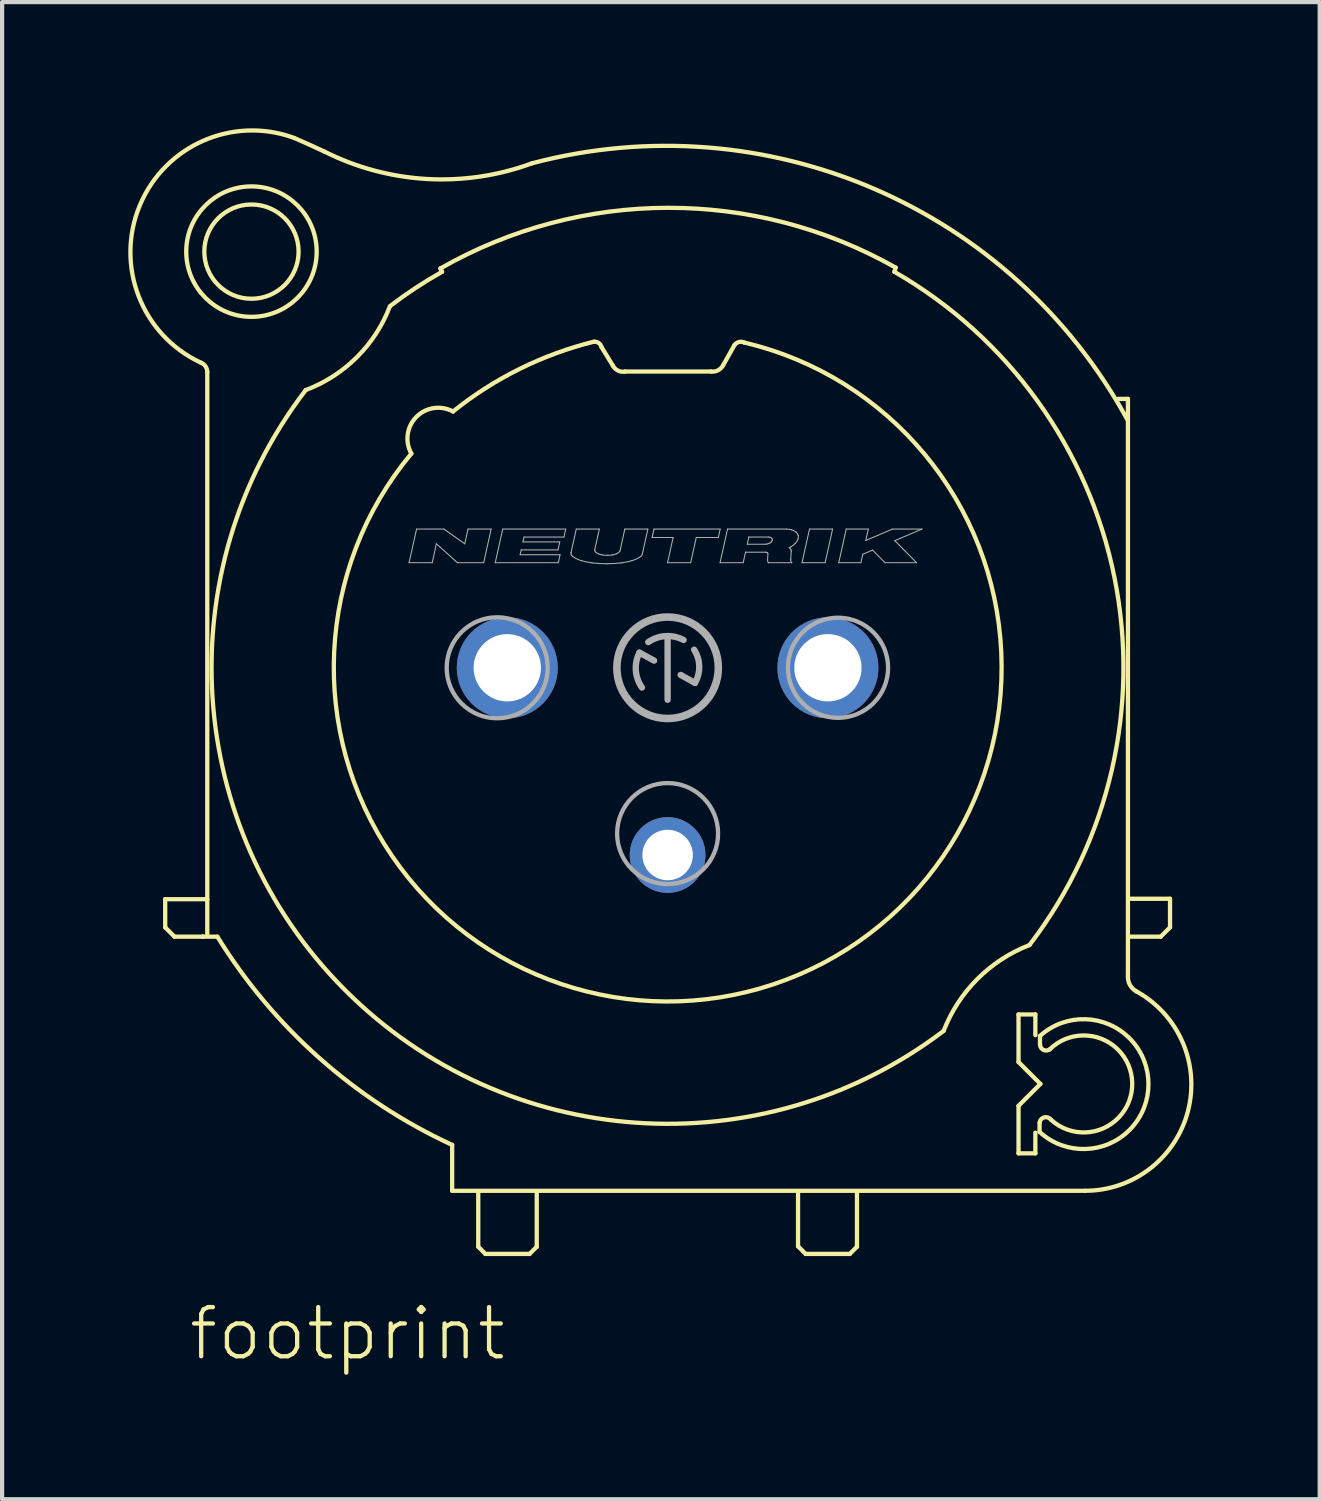
<source format=kicad_pcb>
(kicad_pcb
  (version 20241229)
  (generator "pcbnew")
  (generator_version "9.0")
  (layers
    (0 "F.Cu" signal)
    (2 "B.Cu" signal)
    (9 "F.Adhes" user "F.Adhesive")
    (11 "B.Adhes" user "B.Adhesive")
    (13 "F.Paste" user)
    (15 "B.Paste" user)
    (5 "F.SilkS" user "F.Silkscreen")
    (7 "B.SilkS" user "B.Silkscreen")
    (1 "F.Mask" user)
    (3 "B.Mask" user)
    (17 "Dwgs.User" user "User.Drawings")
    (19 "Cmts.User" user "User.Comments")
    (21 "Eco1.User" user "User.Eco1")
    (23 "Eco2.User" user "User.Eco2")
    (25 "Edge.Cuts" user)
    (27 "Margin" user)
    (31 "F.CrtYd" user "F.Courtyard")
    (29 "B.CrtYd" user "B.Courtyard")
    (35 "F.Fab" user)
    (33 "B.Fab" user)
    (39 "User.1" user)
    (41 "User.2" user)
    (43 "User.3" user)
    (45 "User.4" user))
  (footprint "footprint"
    (layer "F.Cu")
    (at 12.816 12.82)
    (property "Reference" "footprint" (at -11.43 16.51 0) (layer "F.SilkS") (effects (font (size 1.168 1.168) (thickness 0.102)) (justify left bottom)))
    (fp_line (start -11.94 5.5) (end -10.94 5.5) (stroke (width 0.102) (type solid)) (layer "F.SilkS"))
    (fp_line (start -11.94 6.17) (end -11.94 5.5) (stroke (width 0.102) (type solid)) (layer "F.SilkS"))
    (fp_line (start -11.72 6.39) (end -11.94 6.17) (stroke (width 0.102) (type solid)) (layer "F.SilkS"))
    (fp_line (start -11.05 6.39) (end -11.72 6.39) (stroke (width 0.102) (type solid)) (layer "F.SilkS"))
    (fp_line (start -11.05 6.39) (end -10.7 6.39) (stroke (width 0.102) (type solid)) (layer "F.SilkS"))
    (fp_line (start -11.04 6.39) (end -11.05 6.39) (stroke (width 0.102) (type solid)) (layer "F.SilkS"))
    (fp_line (start -10.94 5.5) (end -10.94 -7.03) (stroke (width 0.102) (type solid)) (layer "F.SilkS"))
    (fp_line (start -10.94 6.35) (end -10.94 5.52) (stroke (width 0.102) (type solid)) (layer "F.SilkS"))
    (fp_line (start -5.4 -9.49) (end -5.36 -9.41) (stroke (width 0.102) (type solid)) (layer "F.SilkS"))
    (fp_line (start -5.12 11.34) (end -5.12 12.43) (stroke (width 0.102) (type solid)) (layer "F.SilkS"))
    (fp_line (start -5.12 12.43) (end 9.92 12.43) (stroke (width 0.102) (type solid)) (layer "F.SilkS"))
    (fp_line (start -4.5 12.49) (end -4.5 13.76) (stroke (width 0.102) (type solid)) (layer "F.SilkS"))
    (fp_line (start -4.5 13.76) (end -4.33 13.93) (stroke (width 0.102) (type solid)) (layer "F.SilkS"))
    (fp_line (start -4.33 13.93) (end -3.28 13.93) (stroke (width 0.102) (type solid)) (layer "F.SilkS"))
    (fp_line (start -3.28 13.93) (end -3.11 13.76) (stroke (width 0.102) (type solid)) (layer "F.SilkS"))
    (fp_line (start -3.11 13.76) (end -3.11 12.47) (stroke (width 0.102) (type solid)) (layer "F.SilkS"))
    (fp_line (start -1.3 -7.18) (end -1.57 -7.62) (stroke (width 0.102) (type solid)) (layer "F.SilkS"))
    (fp_line (start 1.03 -7.04) (end -1.01 -7.04) (stroke (width 0.102) (type solid)) (layer "F.SilkS"))
    (fp_line (start 1.59 -7.67) (end 1.32 -7.19) (stroke (width 0.102) (type solid)) (layer "F.SilkS"))
    (fp_line (start 3.1 12.49) (end 3.1 13.75) (stroke (width 0.102) (type solid)) (layer "F.SilkS"))
    (fp_line (start 3.1 13.75) (end 3.28 13.93) (stroke (width 0.102) (type solid)) (layer "F.SilkS"))
    (fp_line (start 3.28 13.93) (end 4.33 13.93) (stroke (width 0.102) (type solid)) (layer "F.SilkS"))
    (fp_line (start 4.33 13.93) (end 4.5 13.76) (stroke (width 0.102) (type solid)) (layer "F.SilkS"))
    (fp_line (start 4.5 13.76) (end 4.5 12.48) (stroke (width 0.102) (type solid)) (layer "F.SilkS"))
    (fp_line (start 5.39 -9.41) (end 5.42 -9.51) (stroke (width 0.102) (type solid)) (layer "F.SilkS"))
    (fp_line (start 8.34 8.24) (end 8.34 9.37) (stroke (width 0.102) (type solid)) (layer "F.SilkS"))
    (fp_line (start 8.34 8.24) (end 8.74 8.24) (stroke (width 0.102) (type solid)) (layer "F.SilkS"))
    (fp_line (start 8.34 9.37) (end 8.86 9.89) (stroke (width 0.102) (type solid)) (layer "F.SilkS"))
    (fp_line (start 8.34 10.41) (end 8.34 11.54) (stroke (width 0.102) (type solid)) (layer "F.SilkS"))
    (fp_line (start 8.34 11.54) (end 8.74 11.54) (stroke (width 0.102) (type solid)) (layer "F.SilkS"))
    (fp_line (start 8.74 8.24) (end 8.74 8.73) (stroke (width 0.102) (type solid)) (layer "F.SilkS"))
    (fp_line (start 8.74 11.54) (end 8.74 11.05) (stroke (width 0.102) (type solid)) (layer "F.SilkS"))
    (fp_line (start 8.84 11.03) (end 8.84 10.82) (stroke (width 0.102) (type solid)) (layer "F.SilkS"))
    (fp_line (start 8.85 8.75) (end 8.85 8.95) (stroke (width 0.102) (type solid)) (layer "F.SilkS"))
    (fp_line (start 8.86 9.89) (end 8.34 10.41) (stroke (width 0.102) (type solid)) (layer "F.SilkS"))
    (fp_line (start 10.94 -6.39) (end 10.71 -6.39) (stroke (width 0.102) (type solid)) (layer "F.SilkS"))
    (fp_line (start 10.94 7.33) (end 10.94 -6.39) (stroke (width 0.102) (type solid)) (layer "F.SilkS"))
    (fp_line (start 10.99 6.39) (end 11.72 6.39) (stroke (width 0.102) (type solid)) (layer "F.SilkS"))
    (fp_line (start 11.72 6.39) (end 11.94 6.17) (stroke (width 0.102) (type solid)) (layer "F.SilkS"))
    (fp_line (start 11.94 5.49) (end 10.99 5.49) (stroke (width 0.102) (type solid)) (layer "F.SilkS"))
    (fp_line (start 11.94 6.17) (end 11.94 5.49) (stroke (width 0.102) (type solid)) (layer "F.SilkS"))
    (fp_arc (start -11.090001 -7.25) (mid -10.981063 -7.163139) (end -10.94 -7.03) (stroke (width 0.1016) (type solid)) (layer "F.SilkS"))
    (fp_arc (start -11.09 -7.25) (mid -12.543512 -10.985729) (end -8.87 -12.59) (stroke (width 0.1016) (type solid)) (layer "F.SilkS"))
    (fp_arc (start -8.87 -12.59) (mid -8.514255 -12.431652) (end -8.16 -12.27) (stroke (width 0.1016) (type solid)) (layer "F.SilkS"))
    (fp_arc (start -6.6 -8.59) (mid -7.385901 -7.379825) (end -8.6 -6.6) (stroke (width 0.1016) (type solid)) (layer "F.SilkS"))
    (fp_arc (start -6.59 -8.6) (mid -5.989419 -9.026895) (end -5.36 -9.41) (stroke (width 0.1016) (type solid)) (layer "F.SilkS"))
    (fp_arc (start -6.09 -5.09) (mid -5.970889 -5.96213) (end -5.1 -6.09) (stroke (width 0.1016) (type solid)) (layer "F.SilkS"))
    (fp_arc (start -5.4 -9.49) (mid 0.007354 -10.931438) (end 5.42 -9.51) (stroke (width 0.1016) (type solid)) (layer "F.SilkS"))
    (fp_arc (start -5.12 11.34) (mid -8.274816 9.276247) (end -10.7 6.39) (stroke (width 0.1016) (type solid)) (layer "F.SilkS"))
    (fp_arc (start -5.1 -6.09) (mid -3.515654 -7.102947) (end -1.75 -7.75) (stroke (width 0.1016) (type solid)) (layer "F.SilkS"))
    (fp_arc (start -3.22 -11.99) (mid -5.719121 -11.61623) (end -8.16 -12.27) (stroke (width 0.1016) (type solid)) (layer "F.SilkS"))
    (fp_arc (start -3.22 -11.99) (mid 4.908047 -11.382724) (end 10.93 -5.890001) (stroke (width 0.1016) (type solid)) (layer "F.SilkS"))
    (fp_arc (start -1.740001 -7.749999) (mid -1.632424 -7.714523) (end -1.57 -7.62) (stroke (width 0.1016) (type solid)) (layer "F.SilkS"))
    (fp_arc (start -1.01 -7.04) (mid -1.178221 -7.061899) (end -1.299999 -7.18) (stroke (width 0.1016) (type solid)) (layer "F.SilkS"))
    (fp_arc (start 1.32 -7.19) (mid 1.198646 -7.069285) (end 1.03 -7.04) (stroke (width 0.1016) (type solid)) (layer "F.SilkS"))
    (fp_arc (start 1.589999 -7.669999) (mid 1.694287 -7.741063) (end 1.82 -7.73) (stroke (width 0.1016) (type solid)) (layer "F.SilkS"))
    (fp_arc (start 1.82 -7.73) (mid 2.514976 7.522316) (end -6.09 -5.09) (stroke (width 0.1016) (type solid)) (layer "F.SilkS"))
    (fp_arc (start 5.390001 -9.409999) (mid 10.621564 -2.137578) (end 8.6 6.59) (stroke (width 0.1016) (type solid)) (layer "F.SilkS"))
    (fp_arc (start 6.559998 8.630002) (mid -7.680583 7.644968) (end -8.6 -6.6) (stroke (width 0.1016) (type solid)) (layer "F.SilkS"))
    (fp_arc (start 6.56 8.63) (mid 7.3644 7.3944) (end 8.6 6.59) (stroke (width 0.1016) (type solid)) (layer "F.SilkS"))
    (fp_arc (start 8.839998 10.809999) (mid 8.951546 10.684535) (end 9.11 10.74) (stroke (width 0.1016) (type solid)) (layer "F.SilkS"))
    (fp_arc (start 8.85 8.75) (mid 11.428113 9.901329) (end 8.84 11.03) (stroke (width 0.1016) (type solid)) (layer "F.SilkS"))
    (fp_arc (start 9.079999 9.07) (mid 8.928629 9.079711) (end 8.85 8.95) (stroke (width 0.1016) (type solid)) (layer "F.SilkS"))
    (fp_arc (start 9.08 9.07) (mid 11.041917 9.870025) (end 9.11 10.74) (stroke (width 0.1016) (type solid)) (layer "F.SilkS"))
    (fp_arc (start 11.14 7.689999) (mid 12.367244 10.532876) (end 9.92 12.43) (stroke (width 0.1016) (type solid)) (layer "F.SilkS"))
    (fp_arc (start 11.14 7.69) (mid 10.988255 7.538747) (end 10.94 7.33) (stroke (width 0.1016) (type solid)) (layer "F.SilkS"))
    (fp_circle (center -9.89 -9.89) (end -8.77 -9.89) (stroke (width 0.102) (type solid)) (fill no) (layer "F.SilkS"))
    (fp_circle (center -9.89 -9.89) (end -8.34 -9.89) (stroke (width 0.102) (type solid)) (fill no) (layer "F.SilkS"))
    (fp_line (start -6.144 -2.497) (end -5.966 -3.296) (stroke (width 0.025) (type solid)) (layer "F.Fab"))
    (fp_line (start -6.144 -2.497) (end -5.594 -2.497) (stroke (width 0.025) (type solid)) (layer "F.Fab"))
    (fp_line (start -5.966 -3.296) (end -5.317 -3.296) (stroke (width 0.025) (type solid)) (layer "F.Fab"))
    (fp_line (start -5.594 -2.497) (end -5.495 -2.946) (stroke (width 0.025) (type solid)) (layer "F.Fab"))
    (fp_line (start -5.495 -2.946) (end -4.995 -2.497) (stroke (width 0.025) (type solid)) (layer "F.Fab"))
    (fp_line (start -5.317 -3.296) (end -4.82 -2.946) (stroke (width 0.025) (type solid)) (layer "F.Fab"))
    (fp_line (start -4.995 -2.497) (end -4.371 -2.497) (stroke (width 0.025) (type solid)) (layer "F.Fab"))
    (fp_line (start -4.82 -2.946) (end -4.743 -3.296) (stroke (width 0.025) (type solid)) (layer "F.Fab"))
    (fp_line (start -4.743 -3.296) (end -4.194 -3.296) (stroke (width 0.025) (type solid)) (layer "F.Fab"))
    (fp_line (start -4.371 -2.497) (end -4.194 -3.296) (stroke (width 0.025) (type solid)) (layer "F.Fab"))
    (fp_line (start -4.096 -2.497) (end -3.919 -3.296) (stroke (width 0.025) (type solid)) (layer "F.Fab"))
    (fp_line (start -4.096 -2.497) (end -2.598 -2.497) (stroke (width 0.025) (type solid)) (layer "F.Fab"))
    (fp_line (start -3.919 -3.296) (end -2.421 -3.296) (stroke (width 0.025) (type solid)) (layer "F.Fab"))
    (fp_line (start -3.505 -2.687) (end -3.479 -2.802) (stroke (width 0.025) (type solid)) (layer "F.Fab"))
    (fp_line (start -3.505 -2.687) (end -2.556 -2.687) (stroke (width 0.025) (type solid)) (layer "F.Fab"))
    (fp_line (start -3.479 -2.802) (end -2.605 -2.802) (stroke (width 0.025) (type solid)) (layer "F.Fab"))
    (fp_line (start -3.437 -2.991) (end -3.412 -3.106) (stroke (width 0.025) (type solid)) (layer "F.Fab"))
    (fp_line (start -3.437 -2.991) (end -2.563 -2.991) (stroke (width 0.025) (type solid)) (layer "F.Fab"))
    (fp_line (start -3.412 -3.106) (end -2.463 -3.106) (stroke (width 0.025) (type solid)) (layer "F.Fab"))
    (fp_line (start -2.605 -2.802) (end -2.563 -2.991) (stroke (width 0.025) (type solid)) (layer "F.Fab"))
    (fp_line (start -2.598 -2.497) (end -2.556 -2.687) (stroke (width 0.025) (type solid)) (layer "F.Fab"))
    (fp_line (start -2.463 -3.106) (end -2.421 -3.296) (stroke (width 0.025) (type solid)) (layer "F.Fab"))
    (fp_line (start -2.294 -2.741) (end -2.171 -3.296) (stroke (width 0.025) (type solid)) (layer "F.Fab"))
    (fp_line (start -2.171 -3.296) (end -1.623 -3.296) (stroke (width 0.025) (type solid)) (layer "F.Fab"))
    (fp_line (start -1.731 -2.81) (end -1.623 -3.296) (stroke (width 0.025) (type solid)) (layer "F.Fab"))
    (fp_line (start -1.13 -2.784) (end -1.017 -3.296) (stroke (width 0.025) (type solid)) (layer "F.Fab"))
    (fp_line (start -1.017 -3.296) (end -0.469 -3.296) (stroke (width 0.025) (type solid)) (layer "F.Fab"))
    (fp_line (start -0.67 -0.36) (end -0.32 -0.17) (stroke (width 0.15) (type solid)) (layer "F.Fab"))
    (fp_line (start -0.601 -2.702) (end -0.469 -3.296) (stroke (width 0.025) (type solid)) (layer "F.Fab"))
    (fp_line (start -0.368 -3.096) (end -0.324 -3.296) (stroke (width 0.025) (type solid)) (layer "F.Fab"))
    (fp_line (start -0.368 -3.096) (end 0.131 -3.096) (stroke (width 0.025) (type solid)) (layer "F.Fab"))
    (fp_line (start -0.324 -3.296) (end 1.249 -3.296) (stroke (width 0.025) (type solid)) (layer "F.Fab"))
    (fp_line (start -0.001 -2.497) (end 0.131 -3.096) (stroke (width 0.025) (type solid)) (layer "F.Fab"))
    (fp_line (start -0.001 -2.497) (end 0.548 -2.497) (stroke (width 0.025) (type solid)) (layer "F.Fab"))
    (fp_line (start 0 0.76) (end 0 -0.74) (stroke (width 0.15) (type solid)) (layer "F.Fab"))
    (fp_line (start 0.31 0.17) (end 0.65 0.36) (stroke (width 0.15) (type solid)) (layer "F.Fab"))
    (fp_line (start 0.548 -2.497) (end 0.681 -3.096) (stroke (width 0.025) (type solid)) (layer "F.Fab"))
    (fp_line (start 0.681 -3.096) (end 1.205 -3.096) (stroke (width 0.025) (type solid)) (layer "F.Fab"))
    (fp_line (start 1.205 -3.096) (end 1.249 -3.296) (stroke (width 0.025) (type solid)) (layer "F.Fab"))
    (fp_line (start 1.247 -2.497) (end 1.424 -3.296) (stroke (width 0.025) (type solid)) (layer "F.Fab"))
    (fp_line (start 1.247 -2.497) (end 1.796 -2.497) (stroke (width 0.025) (type solid)) (layer "F.Fab"))
    (fp_line (start 1.424 -3.296) (end 2.826 -3.296) (stroke (width 0.025) (type solid)) (layer "F.Fab"))
    (fp_line (start 1.796 -2.497) (end 1.852 -2.747) (stroke (width 0.025) (type solid)) (layer "F.Fab"))
    (fp_line (start 1.852 -2.747) (end 2.328 -2.747) (stroke (width 0.025) (type solid)) (layer "F.Fab"))
    (fp_line (start 1.894 -2.936) (end 1.931 -3.106) (stroke (width 0.025) (type solid)) (layer "F.Fab"))
    (fp_line (start 1.894 -2.936) (end 2.321 -2.936) (stroke (width 0.025) (type solid)) (layer "F.Fab"))
    (fp_line (start 1.931 -3.106) (end 2.394 -3.106) (stroke (width 0.025) (type solid)) (layer "F.Fab"))
    (fp_line (start 2.375 -2.561) (end 2.385 -2.707) (stroke (width 0.025) (type solid)) (layer "F.Fab"))
    (fp_line (start 2.394 -2.497) (end 2.394 -2.497) (stroke (width 0.025) (type solid)) (layer "F.Fab"))
    (fp_line (start 2.394 -2.497) (end 2.95 -2.497) (stroke (width 0.025) (type solid)) (layer "F.Fab"))
    (fp_line (start 2.926 -2.581) (end 2.939 -2.767) (stroke (width 0.025) (type solid)) (layer "F.Fab"))
    (fp_line (start 3.195 -2.497) (end 3.372 -3.296) (stroke (width 0.025) (type solid)) (layer "F.Fab"))
    (fp_line (start 3.195 -2.497) (end 3.744 -2.497) (stroke (width 0.025) (type solid)) (layer "F.Fab"))
    (fp_line (start 3.372 -3.296) (end 3.921 -3.296) (stroke (width 0.025) (type solid)) (layer "F.Fab"))
    (fp_line (start 3.744 -2.497) (end 3.921 -3.296) (stroke (width 0.025) (type solid)) (layer "F.Fab"))
    (fp_line (start 4.068 -2.497) (end 4.245 -3.296) (stroke (width 0.025) (type solid)) (layer "F.Fab"))
    (fp_line (start 4.068 -2.497) (end 4.593 -2.497) (stroke (width 0.025) (type solid)) (layer "F.Fab"))
    (fp_line (start 4.245 -3.296) (end 4.77 -3.296) (stroke (width 0.025) (type solid)) (layer "F.Fab"))
    (fp_line (start 4.593 -2.497) (end 4.637 -2.697) (stroke (width 0.025) (type solid)) (layer "F.Fab"))
    (fp_line (start 4.637 -2.697) (end 4.871 -2.797) (stroke (width 0.025) (type solid)) (layer "F.Fab"))
    (fp_line (start 4.71 -3.026) (end 4.77 -3.296) (stroke (width 0.025) (type solid)) (layer "F.Fab"))
    (fp_line (start 4.71 -3.026) (end 5.344 -3.296) (stroke (width 0.025) (type solid)) (layer "F.Fab"))
    (fp_line (start 4.871 -2.797) (end 5.167 -2.497) (stroke (width 0.025) (type solid)) (layer "F.Fab"))
    (fp_line (start 5.167 -2.497) (end 5.916 -2.497) (stroke (width 0.025) (type solid)) (layer "F.Fab"))
    (fp_line (start 5.344 -3.296) (end 6.043 -3.296) (stroke (width 0.025) (type solid)) (layer "F.Fab"))
    (fp_line (start 5.399 -3.021) (end 5.916 -2.497) (stroke (width 0.025) (type solid)) (layer "F.Fab"))
    (fp_line (start 5.399 -3.021) (end 6.043 -3.296) (stroke (width 0.025) (type solid)) (layer "F.Fab"))
    (fp_arc (start -2.2964 -2.7217) (mid -2.295867 -2.731456) (end -2.2943 -2.7411) (stroke (width 0.0254) (type solid)) (layer "F.Fab"))
    (fp_arc (start -2.2578 -2.6471) (mid -2.286121 -2.679718) (end -2.2963 -2.7217) (stroke (width 0.0254) (type solid)) (layer "F.Fab"))
    (fp_arc (start -2.0477 -2.5452) (mid -2.156985 -2.587418) (end -2.2578 -2.6471) (stroke (width 0.0254) (type solid)) (layer "F.Fab"))
    (fp_arc (start -1.796 -2.4932) (mid -1.922923 -2.514007) (end -2.0477 -2.5452) (stroke (width 0.0254) (type solid)) (layer "F.Fab"))
    (fp_arc (start -1.7326 -2.7966) (mid -1.732234 -2.803244) (end -1.7311 -2.8098) (stroke (width 0.0254) (type solid)) (layer "F.Fab"))
    (fp_arc (start -1.715901 -2.7561) (mid -1.728335 -2.774676) (end -1.7327 -2.7966) (stroke (width 0.0254) (type solid)) (layer "F.Fab"))
    (fp_arc (start -1.6443 -2.7083) (mid -1.682454 -2.728675) (end -1.7159 -2.7561) (stroke (width 0.0254) (type solid)) (layer "F.Fab"))
    (fp_arc (start -1.5538 -2.6822) (mid -1.599779 -2.692723) (end -1.6443 -2.7083) (stroke (width 0.0254) (type solid)) (layer "F.Fab"))
    (fp_arc (start -1.4474 -2.4721) (mid -1.62202 -2.477365) (end -1.796 -2.4932) (stroke (width 0.0254) (type solid)) (layer "F.Fab"))
    (fp_arc (start -1.4308 -2.6718) (mid -1.492521 -2.674388) (end -1.5538 -2.6822) (stroke (width 0.0254) (type solid)) (layer "F.Fab"))
    (fp_arc (start -1.3079 -2.6822) (mid -1.369129 -2.67439) (end -1.4308 -2.6718) (stroke (width 0.0254) (type solid)) (layer "F.Fab"))
    (fp_arc (start -1.2174 -2.7083) (mid -1.261921 -2.692723) (end -1.3079 -2.6822) (stroke (width 0.0254) (type solid)) (layer "F.Fab"))
    (fp_arc (start -1.1458 -2.7561) (mid -1.179246 -2.728674) (end -1.2174 -2.7083) (stroke (width 0.0254) (type solid)) (layer "F.Fab"))
    (fp_arc (start -1.1304 -2.783899) (mid -1.136132 -2.768909) (end -1.1458 -2.7561) (stroke (width 0.0254) (type solid)) (layer "F.Fab"))
    (fp_arc (start -1.0989 -2.4931) (mid -1.27283 -2.477266) (end -1.4474 -2.472) (stroke (width 0.0254) (type solid)) (layer "F.Fab"))
    (fp_arc (start -0.8472 -2.5452) (mid -0.971977 -2.514007) (end -1.0989 -2.4932) (stroke (width 0.0254) (type solid)) (layer "F.Fab"))
    (fp_arc (start -0.6371 -2.6471) (mid -0.737916 -2.587421) (end -0.8472 -2.5452) (stroke (width 0.0254) (type solid)) (layer "F.Fab"))
    (fp_arc (start -0.61 0.47) (mid -0.754745 0.063295) (end -0.670001 -0.359999) (stroke (width 0.15) (type solid)) (layer "F.Fab"))
    (fp_arc (start -0.6007 -2.7023) (mid -0.613738 -2.671296) (end -0.6371 -2.6471) (stroke (width 0.0254) (type solid)) (layer "F.Fab"))
    (fp_arc (start -0.46 -0.61) (mid -0.047004 -0.752658) (end 0.379999 -0.66) (stroke (width 0.15) (type solid)) (layer "F.Fab"))
    (fp_arc (start 0.63 -0.429999) (mid 0.752066 -0.037837) (end 0.65 0.36) (stroke (width 0.15) (type solid)) (layer "F.Fab"))
    (fp_arc (start 2.3283 -2.7467) (mid 2.340566 -2.745829) (end 2.3526 -2.7433) (stroke (width 0.0254) (type solid)) (layer "F.Fab"))
    (fp_arc (start 2.3526 -2.7432) (mid 2.364222 -2.738519) (end 2.3746 -2.7315) (stroke (width 0.0254) (type solid)) (layer "F.Fab"))
    (fp_arc (start 2.3746 -2.7315) (mid 2.380487 -2.724775) (end 2.3841 -2.7166) (stroke (width 0.0254) (type solid)) (layer "F.Fab"))
    (fp_arc (start 2.3785 -2.9442) (mid 2.349756 -2.938398) (end 2.3205 -2.9364) (stroke (width 0.0254) (type solid)) (layer "F.Fab"))
    (fp_arc (start 2.3943 -2.497) (mid 2.380149 -2.527486) (end 2.375 -2.5607) (stroke (width 0.0254) (type solid)) (layer "F.Fab"))
    (fp_arc (start 2.3944 -3.1062) (mid 2.414793 -3.104721) (end 2.4348 -3.1005) (stroke (width 0.0254) (type solid)) (layer "F.Fab"))
    (fp_arc (start 2.4288 -2.9645) (mid 2.404263 -2.952875) (end 2.3785 -2.9443) (stroke (width 0.0254) (type solid)) (layer "F.Fab"))
    (fp_arc (start 2.4348 -3.1005) (mid 2.454244 -3.09272) (end 2.4716 -3.081) (stroke (width 0.0254) (type solid)) (layer "F.Fab"))
    (fp_arc (start 2.4641 -2.9914) (mid 2.447446 -2.976643) (end 2.4288 -2.9645) (stroke (width 0.0254) (type solid)) (layer "F.Fab"))
    (fp_arc (start 2.471599 -3.081) (mid 2.481397 -3.069754) (end 2.4874 -3.0561) (stroke (width 0.0254) (type solid)) (layer "F.Fab"))
    (fp_arc (start 2.4861 -3.0267) (mid 2.476985 -3.007875) (end 2.4641 -2.9914) (stroke (width 0.0254) (type solid)) (layer "F.Fab"))
    (fp_arc (start 2.4874 -3.056101) (mid 2.488998 -3.041301) (end 2.4861 -3.0267) (stroke (width 0.0254) (type solid)) (layer "F.Fab"))
    (fp_arc (start 2.8259 -3.296) (mid 2.886677 -3.291588) (end 2.9463 -3.279) (stroke (width 0.0254) (type solid)) (layer "F.Fab"))
    (fp_arc (start 2.8917 -2.8549) (mid 2.899191 -2.849485) (end 2.9064 -2.8437) (stroke (width 0.0254) (type solid)) (layer "F.Fab"))
    (fp_arc (start 2.9064 -2.8437) (mid 2.924646 -2.822802) (end 2.9358 -2.7974) (stroke (width 0.0254) (type solid)) (layer "F.Fab"))
    (fp_arc (start 2.9282 -2.8737) (mid 2.910094 -2.86407) (end 2.8917 -2.855) (stroke (width 0.0254) (type solid)) (layer "F.Fab"))
    (fp_arc (start 2.9358 -2.7974) (mid 2.93855 -2.782173) (end 2.9387 -2.7667) (stroke (width 0.0254) (type solid)) (layer "F.Fab"))
    (fp_arc (start 2.9463 -3.279) (mid 3.004211 -3.255758) (end 3.0559 -3.2208) (stroke (width 0.0254) (type solid)) (layer "F.Fab"))
    (fp_arc (start 2.950299 -2.497) (mid 2.930466 -2.536583) (end 2.9257 -2.5806) (stroke (width 0.0254) (type solid)) (layer "F.Fab"))
    (fp_arc (start 3.0334 -2.9539) (mid 2.983769 -2.909906) (end 2.9282 -2.8737) (stroke (width 0.0254) (type solid)) (layer "F.Fab"))
    (fp_arc (start 3.0559 -3.2208) (mid 3.085071 -3.187347) (end 3.1029 -3.1467) (stroke (width 0.0254) (type solid)) (layer "F.Fab"))
    (fp_arc (start 3.0992 -3.0591) (mid 3.071923 -3.002983) (end 3.0334 -2.9539) (stroke (width 0.0254) (type solid)) (layer "F.Fab"))
    (fp_arc (start 3.102899 -3.1467) (mid 3.107748 -3.102617) (end 3.0992 -3.0591) (stroke (width 0.0254) (type solid)) (layer "F.Fab"))
    (fp_circle (center -4.05 0) (end -2.85 0) (stroke (width 0.102) (type solid)) (fill no) (layer "F.Fab"))
    (fp_circle (center 0 0) (end 1.206 0) (stroke (width 0.18) (type solid)) (fill no) (layer "F.Fab"))
    (fp_circle (center 0 3.94) (end 1.2 3.94) (stroke (width 0.102) (type solid)) (fill no) (layer "F.Fab"))
    (fp_circle (center 4.05 0) (end 5.24 0) (stroke (width 0.102) (type solid)) (fill no) (layer "F.Fab"))
    (pad "1+G" thru_hole circle (at 3.81 0) (size 2.4 2.4) (drill 1.6) (layers "*.Cu" "*.Mask"))
    (pad "2" thru_hole circle (at -3.81 0) (size 2.4 2.4) (drill 1.6) (layers "*.Cu" "*.Mask"))
    (pad "3" thru_hole circle (at 0 4.45) (size 1.8 1.8) (drill 1.2) (layers "*.Cu" "*.Mask")))
  (gr_rect
    (start -3 -3)
    (end 28.314 32.58)
    (stroke (width 0.1) (type default))
    (fill no)
    (layer "Edge.Cuts")))
</source>
